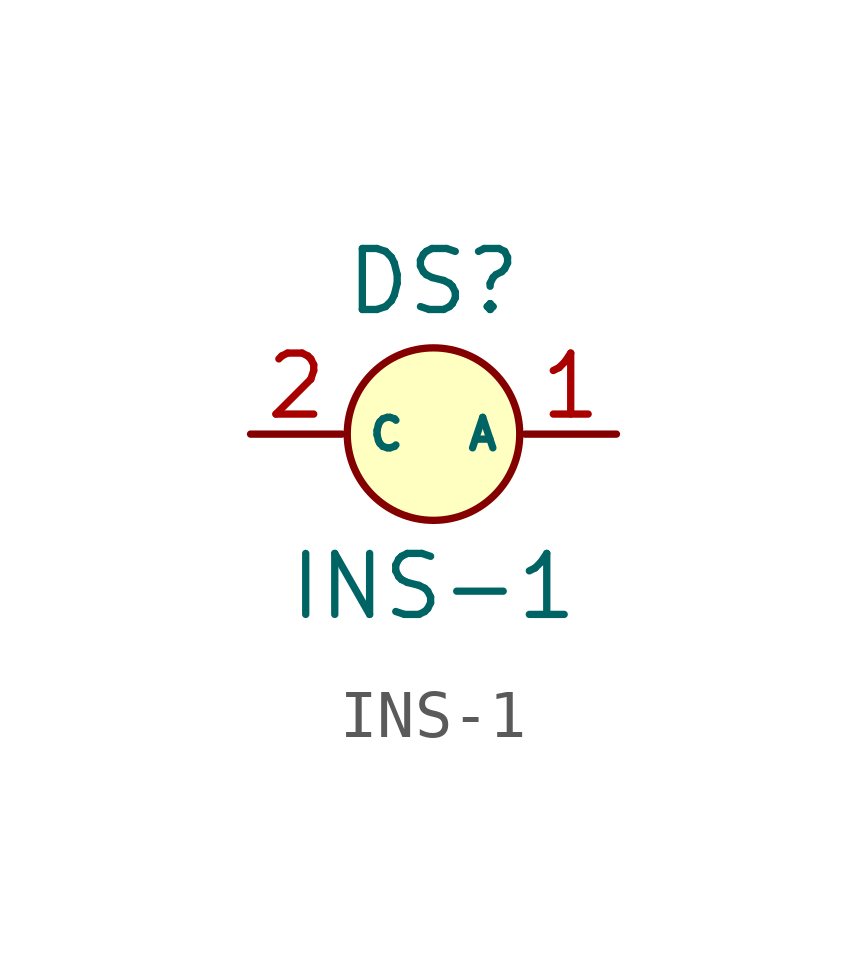
<source format=kicad_sym>
(kicad_symbol_lib
  (version 20220914)
  (generator kicad_symbol_editor)
  (symbol "INS-1"
    (property "Reference" "DS"
      (at 0 3.175 0)
      (effects (font (size 1.27 1.27))))
    (property "Value" "INS-1"
      (at 0 -3.175 0)
      (effects (font (size 1.27 1.27))))
    (symbol "INS-1_1_1"
      (circle (center 0 0) (radius 1.796) (stroke (width 0) (type default)) (fill (type background)))
      (pin power_in line (at 3.81 0 180) (length 1.905) (name "A" (effects (font (size 0.635 0.635)))) (number "1" (effects (font (size 1.27 1.27)))))
      (pin power_in line (at -3.81 0 0) (length 1.905) (name "C" (effects (font (size 0.635 0.635)))) (number "2" (effects (font (size 1.27 1.27))))))))
</source>
